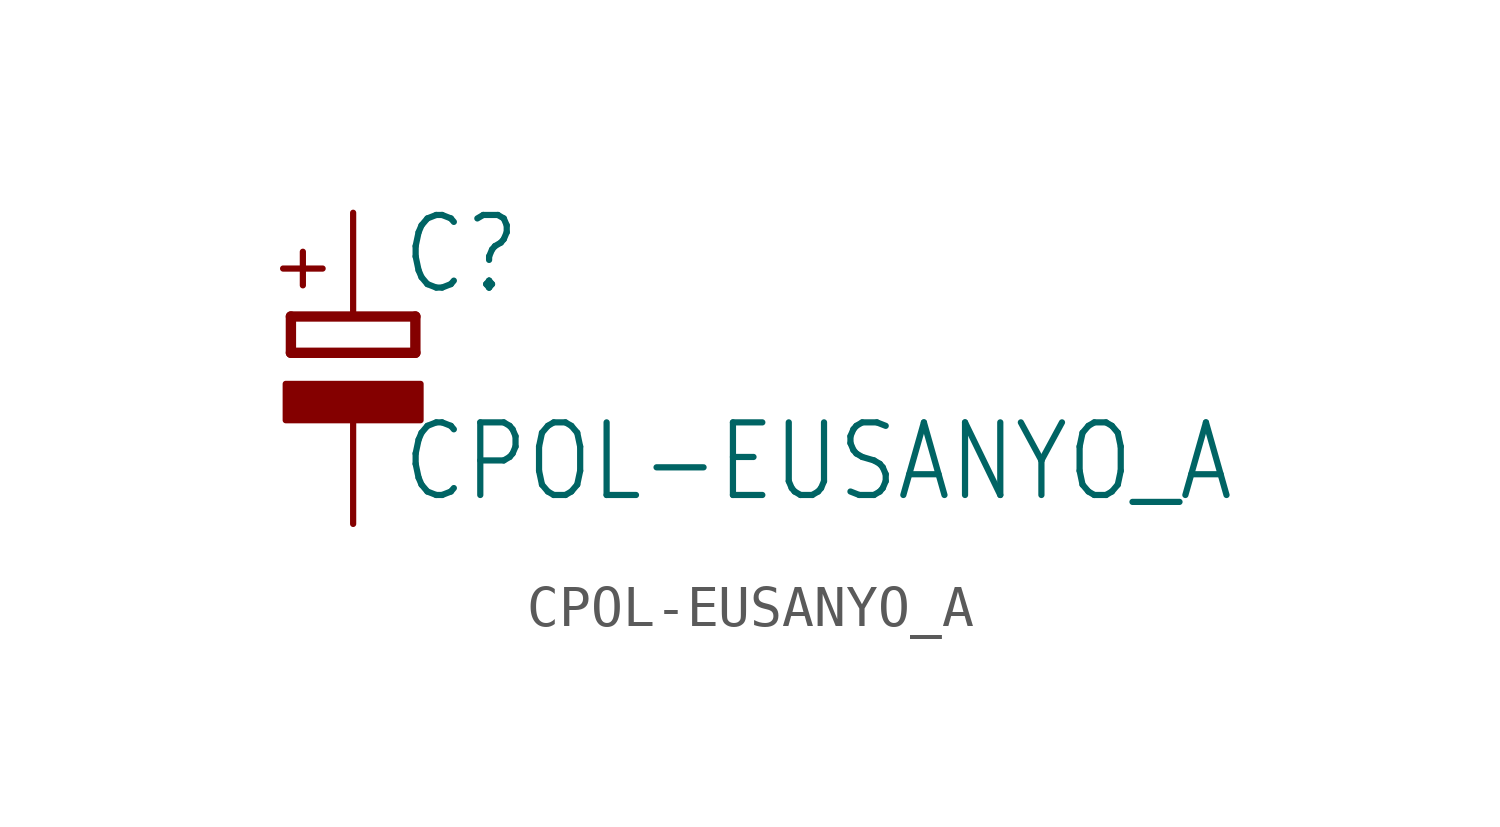
<source format=kicad_sym>
(kicad_symbol_lib
  (version 20220331)
  (generator kicad_symbol_editor)
  (symbol "CPOL-EUSANYO_A"
    (property "Reference" "C"
      (at 1.143 0.483 0)
      (effects (font (size 1.778 1.511)) (justify left bottom)))
    (property "Value" "CPOL-EUSANYO_A"
      (at 1.143 -4.597 0)
      (effects (font (size 1.778 1.511)) (justify left bottom)))
    (property "ki_locked" ""
      (at 0 0 0)
      (effects (font (size 1.27 1.27))))
    (symbol "CPOL-EUSANYO_A_1_0"
      (rectangle (start -1.651 -2.54) (end 1.651 -1.651) (stroke (width 0) (type default)) (fill (type outline)))
      (polyline (pts (xy -1.524 -0.889) (xy 1.524 -0.889)) (stroke (width 0.254) (type solid)) (fill (type none)))
      (polyline (pts (xy -1.524 0) (xy -1.524 -0.889)) (stroke (width 0.254) (type solid)) (fill (type none)))
      (polyline (pts (xy -1.524 0) (xy 1.524 0)) (stroke (width 0.254) (type solid)) (fill (type none)))
      (polyline (pts (xy 1.524 -0.889) (xy 1.524 0)) (stroke (width 0.254) (type solid)) (fill (type none)))
      (text "+" (at -0.584 0.406 900) (effects (font (size 1.27 1.079)) (justify left bottom)))
      (pin passive line (at 0 2.54 270) (length 2.54) (name "+" (effects (font (size 0 0)))) (number "+" (effects (font (size 0 0)))))
      (pin passive line (at 0 -5.08 90) (length 2.54) (name "-" (effects (font (size 0 0)))) (number "-" (effects (font (size 0 0))))))))
</source>
